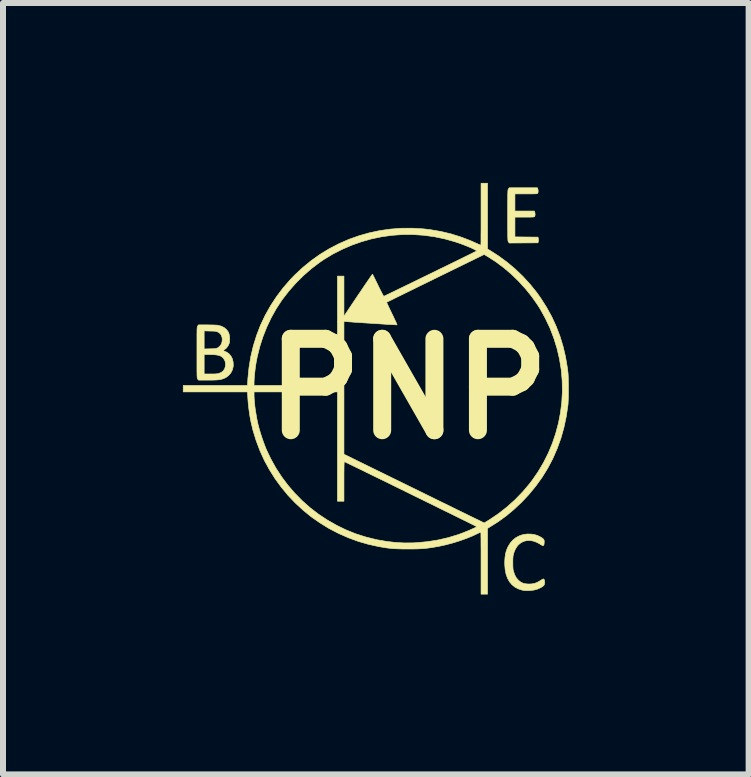
<source format=kicad_pcb>
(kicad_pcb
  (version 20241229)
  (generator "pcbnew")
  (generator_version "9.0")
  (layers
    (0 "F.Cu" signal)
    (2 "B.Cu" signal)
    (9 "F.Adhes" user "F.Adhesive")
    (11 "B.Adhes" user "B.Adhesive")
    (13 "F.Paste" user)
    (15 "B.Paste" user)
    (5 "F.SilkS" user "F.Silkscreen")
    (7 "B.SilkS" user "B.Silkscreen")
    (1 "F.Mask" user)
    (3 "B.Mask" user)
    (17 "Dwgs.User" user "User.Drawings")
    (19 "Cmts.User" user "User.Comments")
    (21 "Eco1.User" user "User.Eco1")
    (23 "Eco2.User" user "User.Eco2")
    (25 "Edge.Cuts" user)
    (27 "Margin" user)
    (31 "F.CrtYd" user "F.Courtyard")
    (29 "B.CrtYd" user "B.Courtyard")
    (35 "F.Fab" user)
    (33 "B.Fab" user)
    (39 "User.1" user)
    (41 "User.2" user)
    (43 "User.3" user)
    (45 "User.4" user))
  (footprint "PNP"
    (layer "F.Cu")
    (at 3.758 3.434)
    (property "Reference" "PNP" (at 0 0 0) (layer "F.SilkS") (effects (font (size 1.524 1.524) (thickness 0.3))))
    (attr through_hole)
    (fp_poly (pts (xy 2.159 -3.337) (xy 2.164 -3.314) (xy 2.165 -3.288) (xy 2.161 -3.267) (xy 2.159 -3.263) (xy 2.156 -3.26) (xy 2.152 -3.257) (xy 2.145 -3.255) (xy 2.134 -3.254) (xy 2.117 -3.252) (xy 2.092 -3.252) (xy 2.059 -3.251) (xy 2.016 -3.251) (xy 1.965 -3.251) (xy 1.778 -3.251) (xy 1.778 -2.965) (xy 2.102 -2.965) (xy 2.108 -2.949) (xy 2.113 -2.926) (xy 2.114 -2.901) (xy 2.11 -2.88) (xy 2.108 -2.876) (xy 2.105 -2.872) (xy 2.101 -2.869) (xy 2.093 -2.867) (xy 2.081 -2.866) (xy 2.063 -2.865) (xy 2.036 -2.864) (xy 2.001 -2.864) (xy 1.954 -2.864) (xy 1.94 -2.864) (xy 1.778 -2.864) (xy 1.778 -2.534) (xy 1.97 -2.532) (xy 2.162 -2.53) (xy 2.168 -2.507) (xy 2.171 -2.476) (xy 2.168 -2.459) (xy 2.162 -2.435) (xy 1.684 -2.432) (xy 1.671 -2.449) (xy 1.668 -2.452) (xy 1.666 -2.456) (xy 1.664 -2.462) (xy 1.662 -2.47) (xy 1.661 -2.481) (xy 1.66 -2.497) (xy 1.659 -2.517) (xy 1.658 -2.544) (xy 1.658 -2.578) (xy 1.658 -2.62) (xy 1.657 -2.671) (xy 1.657 -2.732) (xy 1.657 -2.803) (xy 1.657 -2.887) (xy 1.657 -2.892) (xy 1.657 -2.976) (xy 1.657 -3.049) (xy 1.657 -3.11) (xy 1.658 -3.162) (xy 1.658 -3.204) (xy 1.658 -3.239) (xy 1.659 -3.266) (xy 1.66 -3.287) (xy 1.661 -3.303) (xy 1.662 -3.314) (xy 1.664 -3.323) (xy 1.666 -3.328) (xy 1.668 -3.332) (xy 1.67 -3.336) (xy 1.671 -3.336) (xy 1.684 -3.353) (xy 2.153 -3.353) (xy 2.159 -3.337)) (stroke (width 0.01) (type solid)) (fill yes) (layer "F.SilkS"))
    (fp_poly (pts (xy 2.054 2.422) (xy 2.099 2.429) (xy 2.133 2.438) (xy 2.169 2.452) (xy 2.203 2.469) (xy 2.231 2.486) (xy 2.25 2.502) (xy 2.251 2.503) (xy 2.26 2.515) (xy 2.265 2.528) (xy 2.266 2.545) (xy 2.266 2.564) (xy 2.263 2.591) (xy 2.258 2.608) (xy 2.248 2.614) (xy 2.233 2.61) (xy 2.209 2.597) (xy 2.201 2.591) (xy 2.143 2.559) (xy 2.085 2.538) (xy 2.028 2.528) (xy 1.974 2.53) (xy 1.923 2.543) (xy 1.876 2.567) (xy 1.834 2.602) (xy 1.832 2.604) (xy 1.807 2.636) (xy 1.785 2.673) (xy 1.766 2.718) (xy 1.758 2.743) (xy 1.752 2.763) (xy 1.748 2.781) (xy 1.746 2.8) (xy 1.744 2.824) (xy 1.743 2.855) (xy 1.743 2.896) (xy 1.743 2.899) (xy 1.743 2.94) (xy 1.744 2.972) (xy 1.746 2.996) (xy 1.748 3.016) (xy 1.752 3.034) (xy 1.758 3.053) (xy 1.758 3.054) (xy 1.775 3.102) (xy 1.795 3.141) (xy 1.819 3.173) (xy 1.84 3.194) (xy 1.872 3.22) (xy 1.905 3.237) (xy 1.941 3.248) (xy 1.985 3.253) (xy 2.013 3.254) (xy 2.057 3.252) (xy 2.095 3.246) (xy 2.13 3.235) (xy 2.168 3.217) (xy 2.201 3.197) (xy 2.222 3.184) (xy 2.24 3.174) (xy 2.252 3.169) (xy 2.253 3.169) (xy 2.262 3.174) (xy 2.269 3.189) (xy 2.273 3.21) (xy 2.273 3.233) (xy 2.27 3.255) (xy 2.265 3.27) (xy 2.252 3.285) (xy 2.229 3.302) (xy 2.199 3.319) (xy 2.163 3.335) (xy 2.137 3.344) (xy 2.094 3.355) (xy 2.044 3.361) (xy 1.992 3.364) (xy 1.942 3.362) (xy 1.9 3.356) (xy 1.834 3.335) (xy 1.777 3.305) (xy 1.728 3.265) (xy 1.687 3.216) (xy 1.654 3.157) (xy 1.63 3.09) (xy 1.615 3.015) (xy 1.608 2.93) (xy 1.608 2.877) (xy 1.612 2.815) (xy 1.619 2.762) (xy 1.63 2.715) (xy 1.646 2.67) (xy 1.664 2.63) (xy 1.7 2.571) (xy 1.744 2.521) (xy 1.795 2.48) (xy 1.853 2.45) (xy 1.916 2.429) (xy 1.984 2.42) (xy 2.054 2.422)) (stroke (width 0.01) (type solid)) (fill yes) (layer "F.SilkS"))
    (fp_poly (pts (xy -3.357 -1.067) (xy -3.313 -1.066) (xy -3.271 -1.066) (xy -3.233 -1.064) (xy -3.201 -1.063) (xy -3.179 -1.061) (xy -3.175 -1.06) (xy -3.119 -1.046) (xy -3.071 -1.022) (xy -3.032 -0.99) (xy -3.002 -0.949) (xy -2.999 -0.943) (xy -2.988 -0.913) (xy -2.981 -0.875) (xy -2.978 -0.834) (xy -2.98 -0.794) (xy -2.986 -0.76) (xy -2.987 -0.757) (xy -3.007 -0.714) (xy -3.035 -0.678) (xy -3.064 -0.655) (xy -3.092 -0.637) (xy -3.068 -0.63) (xy -3.024 -0.61) (xy -2.986 -0.581) (xy -2.955 -0.543) (xy -2.933 -0.499) (xy -2.921 -0.449) (xy -2.918 -0.396) (xy -2.921 -0.366) (xy -2.935 -0.312) (xy -2.961 -0.263) (xy -2.996 -0.223) (xy -3.04 -0.19) (xy -3.059 -0.181) (xy -3.082 -0.171) (xy -3.105 -0.163) (xy -3.13 -0.157) (xy -3.159 -0.152) (xy -3.193 -0.149) (xy -3.235 -0.147) (xy -3.286 -0.146) (xy -3.338 -0.146) (xy -3.498 -0.146) (xy -3.511 -0.163) (xy -3.514 -0.166) (xy -3.516 -0.17) (xy -3.518 -0.176) (xy -3.519 -0.184) (xy -3.521 -0.195) (xy -3.522 -0.211) (xy -3.523 -0.232) (xy -3.523 -0.259) (xy -3.524 -0.293) (xy -3.524 -0.335) (xy -3.524 -0.386) (xy -3.524 -0.447) (xy -3.524 -0.519) (xy -3.524 -0.572) (xy -3.404 -0.572) (xy -3.404 -0.248) (xy -3.297 -0.248) (xy -3.246 -0.248) (xy -3.207 -0.25) (xy -3.178 -0.253) (xy -3.16 -0.257) (xy -3.117 -0.275) (xy -3.085 -0.301) (xy -3.062 -0.335) (xy -3.05 -0.377) (xy -3.048 -0.407) (xy -3.05 -0.436) (xy -3.055 -0.46) (xy -3.065 -0.483) (xy -3.082 -0.51) (xy -3.103 -0.531) (xy -3.13 -0.548) (xy -3.163 -0.559) (xy -3.205 -0.567) (xy -3.257 -0.571) (xy -3.307 -0.572) (xy -3.404 -0.572) (xy -3.524 -0.572) (xy -3.524 -0.602) (xy -3.524 -0.606) (xy -3.524 -0.665) (xy -3.404 -0.665) (xy -3.304 -0.668) (xy -3.265 -0.669) (xy -3.237 -0.67) (xy -3.217 -0.672) (xy -3.202 -0.675) (xy -3.19 -0.679) (xy -3.178 -0.684) (xy -3.175 -0.686) (xy -3.144 -0.71) (xy -3.12 -0.743) (xy -3.106 -0.782) (xy -3.102 -0.824) (xy -3.105 -0.855) (xy -3.118 -0.893) (xy -3.137 -0.921) (xy -3.167 -0.943) (xy -3.172 -0.946) (xy -3.185 -0.952) (xy -3.197 -0.956) (xy -3.212 -0.96) (xy -3.231 -0.962) (xy -3.257 -0.963) (xy -3.293 -0.964) (xy -3.303 -0.964) (xy -3.404 -0.967) (xy -3.404 -0.665) (xy -3.524 -0.665) (xy -3.524 -0.69) (xy -3.524 -0.763) (xy -3.524 -0.824) (xy -3.524 -0.876) (xy -3.524 -0.918) (xy -3.523 -0.953) (xy -3.523 -0.98) (xy -3.522 -1.001) (xy -3.521 -1.017) (xy -3.519 -1.028) (xy -3.518 -1.037) (xy -3.516 -1.042) (xy -3.514 -1.046) (xy -3.511 -1.05) (xy -3.511 -1.05) (xy -3.498 -1.067) (xy -3.357 -1.067)) (stroke (width 0.01) (type solid)) (fill yes) (layer "F.SilkS"))
    (fp_poly (pts (xy 1.321 -2.332) (xy 1.367 -2.305) (xy 1.511 -2.212) (xy 1.651 -2.109) (xy 1.785 -1.996) (xy 1.912 -1.874) (xy 2.031 -1.744) (xy 2.14 -1.609) (xy 2.209 -1.512) (xy 2.306 -1.359) (xy 2.392 -1.203) (xy 2.465 -1.044) (xy 2.528 -0.88) (xy 2.58 -0.711) (xy 2.621 -0.537) (xy 2.652 -0.355) (xy 2.662 -0.276) (xy 2.665 -0.245) (xy 2.667 -0.204) (xy 2.668 -0.155) (xy 2.669 -0.099) (xy 2.67 -0.04) (xy 2.67 0.02) (xy 2.67 0.079) (xy 2.669 0.136) (xy 2.667 0.187) (xy 2.665 0.23) (xy 2.663 0.264) (xy 2.662 0.27) (xy 2.634 0.46) (xy 2.595 0.644) (xy 2.545 0.822) (xy 2.483 0.994) (xy 2.411 1.16) (xy 2.327 1.32) (xy 2.232 1.474) (xy 2.126 1.621) (xy 2.009 1.763) (xy 1.89 1.89) (xy 1.763 2.009) (xy 1.635 2.116) (xy 1.502 2.213) (xy 1.372 2.295) (xy 1.321 2.326) (xy 1.321 3.423) (xy 1.213 3.423) (xy 1.213 2.905) (xy 1.213 2.825) (xy 1.213 2.749) (xy 1.213 2.678) (xy 1.212 2.612) (xy 1.212 2.553) (xy 1.212 2.501) (xy 1.211 2.458) (xy 1.211 2.425) (xy 1.21 2.401) (xy 1.21 2.389) (xy 1.209 2.388) (xy 1.203 2.39) (xy 1.188 2.397) (xy 1.169 2.406) (xy 1.072 2.452) (xy 0.965 2.495) (xy 0.852 2.535) (xy 0.736 2.571) (xy 0.618 2.602) (xy 0.503 2.627) (xy 0.438 2.638) (xy 0.382 2.647) (xy 0.334 2.654) (xy 0.289 2.659) (xy 0.247 2.663) (xy 0.204 2.666) (xy 0.158 2.668) (xy 0.107 2.669) (xy 0.047 2.67) (xy -0.006 2.67) (xy -0.082 2.67) (xy -0.147 2.668) (xy -0.205 2.666) (xy -0.258 2.663) (xy -0.309 2.658) (xy -0.36 2.652) (xy -0.415 2.643) (xy -0.474 2.633) (xy -0.483 2.632) (xy -0.661 2.593) (xy -0.835 2.543) (xy -1.003 2.481) (xy -1.166 2.409) (xy -1.324 2.327) (xy -1.474 2.234) (xy -1.619 2.133) (xy -1.755 2.022) (xy -1.885 1.902) (xy -2.006 1.775) (xy -2.118 1.639) (xy -2.222 1.497) (xy -2.316 1.347) (xy -2.401 1.191) (xy -2.475 1.028) (xy -2.538 0.86) (xy -2.591 0.687) (xy -2.625 0.543) (xy -2.643 0.445) (xy -2.658 0.339) (xy -2.67 0.23) (xy -2.675 0.164) (xy -2.678 0.105) (xy -2.572 0.105) (xy -2.57 0.159) (xy -2.565 0.222) (xy -2.558 0.292) (xy -2.548 0.366) (xy -2.535 0.442) (xy -2.522 0.516) (xy -2.507 0.586) (xy -2.501 0.61) (xy -2.489 0.656) (xy -2.473 0.71) (xy -2.455 0.769) (xy -2.435 0.83) (xy -2.414 0.889) (xy -2.394 0.943) (xy -2.376 0.989) (xy -2.372 1) (xy -2.295 1.162) (xy -2.209 1.318) (xy -2.112 1.467) (xy -2.006 1.608) (xy -1.891 1.741) (xy -1.768 1.866) (xy -1.637 1.982) (xy -1.498 2.089) (xy -1.353 2.185) (xy -1.201 2.272) (xy -1.044 2.349) (xy -0.881 2.415) (xy -0.712 2.469) (xy -0.54 2.512) (xy -0.511 2.518) (xy -0.359 2.544) (xy -0.213 2.561) (xy -0.07 2.569) (xy 0.074 2.568) (xy 0.133 2.565) (xy 0.317 2.548) (xy 0.495 2.52) (xy 0.668 2.48) (xy 0.835 2.429) (xy 0.911 2.401) (xy 0.95 2.385) (xy 0.99 2.369) (xy 1.029 2.353) (xy 1.064 2.337) (xy 1.095 2.323) (xy 1.12 2.312) (xy 1.136 2.303) (xy 1.143 2.298) (xy 1.143 2.298) (xy 1.137 2.295) (xy 1.121 2.287) (xy 1.095 2.273) (xy 1.059 2.256) (xy 1.014 2.233) (xy 0.962 2.207) (xy 0.902 2.178) (xy 0.835 2.145) (xy 0.762 2.109) (xy 0.684 2.07) (xy 0.601 2.03) (xy 0.514 1.987) (xy 0.424 1.942) (xy 0.331 1.897) (xy 0.236 1.85) (xy 0.139 1.803) (xy 0.042 1.755) (xy -0.055 1.707) (xy -0.151 1.66) (xy -0.247 1.613) (xy -0.34 1.567) (xy -0.43 1.523) (xy -0.518 1.48) (xy -0.601 1.44) (xy -0.68 1.401) (xy -0.753 1.365) (xy -0.821 1.332) (xy -0.881 1.303) (xy -0.935 1.277) (xy -0.98 1.255) (xy -1.017 1.237) (xy -1.044 1.224) (xy -1.062 1.216) (xy -1.068 1.213) (xy -1.068 1.213) (xy -1.069 1.219) (xy -1.07 1.237) (xy -1.071 1.265) (xy -1.072 1.302) (xy -1.072 1.347) (xy -1.073 1.399) (xy -1.073 1.457) (xy -1.073 1.519) (xy -1.073 1.543) (xy -1.073 1.873) (xy -1.181 1.873) (xy -1.181 0.051) (xy -2.572 0.051) (xy -2.572 0.105) (xy -2.678 0.105) (xy -2.682 0.051) (xy -3.753 0.051) (xy -3.753 -0.057) (xy -2.682 -0.057) (xy -2.678 -0.111) (xy -2.572 -0.111) (xy -2.572 -0.057) (xy -1.181 -0.057) (xy -1.181 -1.126) (xy -1.073 -1.126) (xy -1.073 1.09) (xy 0.094 1.662) (xy 0.208 1.718) (xy 0.32 1.773) (xy 0.428 1.826) (xy 0.531 1.877) (xy 0.631 1.925) (xy 0.725 1.971) (xy 0.813 2.015) (xy 0.895 2.055) (xy 0.97 2.091) (xy 1.038 2.125) (xy 1.098 2.154) (xy 1.15 2.179) (xy 1.193 2.2) (xy 1.226 2.216) (xy 1.249 2.228) (xy 1.262 2.234) (xy 1.264 2.235) (xy 1.271 2.232) (xy 1.286 2.223) (xy 1.308 2.21) (xy 1.335 2.193) (xy 1.349 2.185) (xy 1.502 2.082) (xy 1.646 1.969) (xy 1.781 1.848) (xy 1.907 1.718) (xy 2.024 1.579) (xy 2.064 1.527) (xy 2.165 1.381) (xy 2.255 1.229) (xy 2.334 1.071) (xy 2.402 0.909) (xy 2.458 0.742) (xy 2.504 0.571) (xy 2.537 0.398) (xy 2.559 0.223) (xy 2.569 0.046) (xy 2.566 -0.132) (xy 2.551 -0.309) (xy 2.549 -0.325) (xy 2.52 -0.502) (xy 2.479 -0.676) (xy 2.426 -0.847) (xy 2.362 -1.014) (xy 2.285 -1.176) (xy 2.198 -1.334) (xy 2.155 -1.402) (xy 2.06 -1.537) (xy 1.955 -1.668) (xy 1.841 -1.793) (xy 1.72 -1.911) (xy 1.592 -2.02) (xy 1.459 -2.119) (xy 1.34 -2.196) (xy 1.265 -2.241) (xy 0.453 -1.844) (xy 0.358 -1.797) (xy 0.266 -1.752) (xy 0.177 -1.709) (xy 0.093 -1.667) (xy 0.015 -1.629) (xy -0.059 -1.593) (xy -0.125 -1.56) (xy -0.185 -1.531) (xy -0.238 -1.505) (xy -0.281 -1.483) (xy -0.316 -1.466) (xy -0.342 -1.454) (xy -0.357 -1.446) (xy -0.361 -1.444) (xy -0.359 -1.438) (xy -0.352 -1.422) (xy -0.341 -1.397) (xy -0.326 -1.365) (xy -0.308 -1.327) (xy -0.287 -1.284) (xy -0.274 -1.256) (xy -0.252 -1.212) (xy -0.233 -1.17) (xy -0.216 -1.134) (xy -0.202 -1.105) (xy -0.193 -1.083) (xy -0.188 -1.07) (xy -0.187 -1.068) (xy -0.194 -1.068) (xy -0.212 -1.068) (xy -0.24 -1.07) (xy -0.277 -1.072) (xy -0.322 -1.074) (xy -0.373 -1.077) (xy -0.429 -1.081) (xy -0.489 -1.085) (xy -0.552 -1.089) (xy -0.615 -1.093) (xy -0.679 -1.097) (xy -0.742 -1.101) (xy -0.802 -1.105) (xy -0.858 -1.109) (xy -0.91 -1.112) (xy -0.955 -1.116) (xy -0.992 -1.118) (xy -1.021 -1.121) (xy -1.037 -1.122) (xy -1.073 -1.126) (xy -1.181 -1.126) (xy -1.181 -1.88) (xy -1.073 -1.88) (xy -1.073 -1.211) (xy -0.837 -1.564) (xy -0.796 -1.623) (xy -0.758 -1.68) (xy -0.723 -1.732) (xy -0.69 -1.78) (xy -0.662 -1.821) (xy -0.638 -1.856) (xy -0.619 -1.883) (xy -0.605 -1.902) (xy -0.598 -1.911) (xy -0.597 -1.912) (xy -0.593 -1.906) (xy -0.585 -1.889) (xy -0.572 -1.864) (xy -0.556 -1.832) (xy -0.537 -1.793) (xy -0.516 -1.751) (xy -0.504 -1.726) (xy -0.483 -1.682) (xy -0.462 -1.641) (xy -0.444 -1.606) (xy -0.429 -1.577) (xy -0.418 -1.556) (xy -0.411 -1.545) (xy -0.409 -1.543) (xy -0.402 -1.546) (xy -0.386 -1.554) (xy -0.359 -1.567) (xy -0.323 -1.584) (xy -0.28 -1.605) (xy -0.228 -1.63) (xy -0.171 -1.658) (xy -0.107 -1.689) (xy -0.039 -1.722) (xy 0.034 -1.757) (xy 0.11 -1.794) (xy 0.189 -1.833) (xy 0.269 -1.872) (xy 0.35 -1.911) (xy 0.432 -1.951) (xy 0.512 -1.991) (xy 0.592 -2.029) (xy 0.669 -2.067) (xy 0.743 -2.103) (xy 0.813 -2.137) (xy 0.878 -2.169) (xy 0.938 -2.199) (xy 0.991 -2.225) (xy 1.038 -2.248) (xy 1.076 -2.267) (xy 1.106 -2.282) (xy 1.126 -2.292) (xy 1.136 -2.297) (xy 1.137 -2.298) (xy 1.136 -2.303) (xy 1.125 -2.312) (xy 1.104 -2.324) (xy 1.075 -2.338) (xy 1.039 -2.355) (xy 0.997 -2.372) (xy 0.951 -2.391) (xy 0.901 -2.41) (xy 0.85 -2.429) (xy 0.797 -2.446) (xy 0.777 -2.453) (xy 0.607 -2.501) (xy 0.434 -2.537) (xy 0.258 -2.561) (xy 0.081 -2.573) (xy -0.097 -2.573) (xy -0.275 -2.56) (xy -0.445 -2.536) (xy -0.613 -2.501) (xy -0.779 -2.454) (xy -0.943 -2.396) (xy -1.102 -2.327) (xy -1.256 -2.249) (xy -1.402 -2.161) (xy -1.48 -2.108) (xy -1.619 -2.002) (xy -1.752 -1.886) (xy -1.877 -1.761) (xy -1.994 -1.628) (xy -2.101 -1.49) (xy -2.108 -1.48) (xy -2.201 -1.338) (xy -2.285 -1.188) (xy -2.359 -1.032) (xy -2.423 -0.871) (xy -2.476 -0.706) (xy -2.518 -0.538) (xy -2.536 -0.445) (xy -2.546 -0.386) (xy -2.554 -0.324) (xy -2.561 -0.264) (xy -2.567 -0.206) (xy -2.57 -0.155) (xy -2.572 -0.113) (xy -2.572 -0.111) (xy -2.678 -0.111) (xy -2.675 -0.171) (xy -2.656 -0.357) (xy -2.626 -0.539) (xy -2.584 -0.717) (xy -2.53 -0.891) (xy -2.465 -1.06) (xy -2.388 -1.223) (xy -2.299 -1.382) (xy -2.2 -1.534) (xy -2.09 -1.68) (xy -1.969 -1.82) (xy -1.896 -1.896) (xy -1.761 -2.022) (xy -1.619 -2.138) (xy -1.471 -2.243) (xy -1.317 -2.337) (xy -1.157 -2.42) (xy -0.993 -2.492) (xy -0.825 -2.552) (xy -0.652 -2.601) (xy -0.476 -2.639) (xy -0.297 -2.664) (xy -0.116 -2.678) (xy 0.067 -2.679) (xy 0.251 -2.668) (xy 0.371 -2.654) (xy 0.544 -2.624) (xy 0.713 -2.584) (xy 0.881 -2.531) (xy 1.047 -2.467) (xy 1.145 -2.423) (xy 1.171 -2.411) (xy 1.192 -2.402) (xy 1.206 -2.396) (xy 1.21 -2.394) (xy 1.211 -2.4) (xy 1.211 -2.418) (xy 1.212 -2.447) (xy 1.212 -2.486) (xy 1.212 -2.533) (xy 1.212 -2.589) (xy 1.213 -2.651) (xy 1.213 -2.72) (xy 1.213 -2.794) (xy 1.213 -2.872) (xy 1.213 -2.911) (xy 1.213 -3.429) (xy 1.321 -3.429) (xy 1.321 -2.332)) (stroke (width 0.01) (type solid)) (fill yes) (layer "F.SilkS")))
  (gr_rect
    (start -3 -3)
    (end 9.433 9.862)
    (stroke (width 0.1) (type default))
    (fill no)
    (layer "Edge.Cuts")))
</source>
